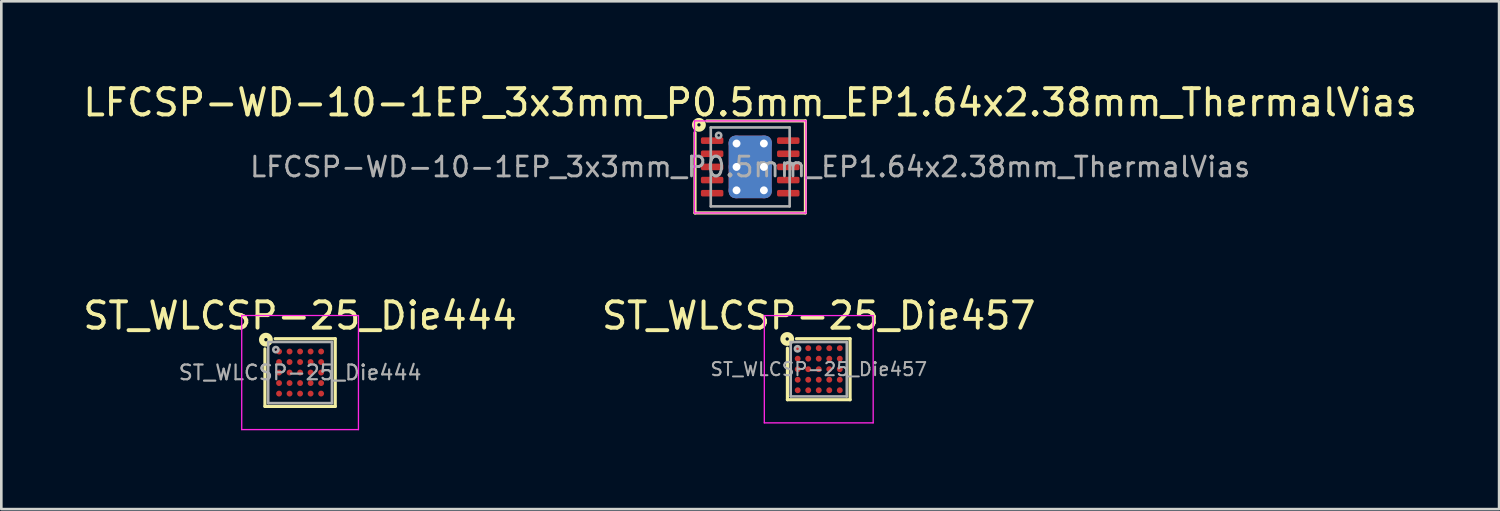
<source format=kicad_pcb>
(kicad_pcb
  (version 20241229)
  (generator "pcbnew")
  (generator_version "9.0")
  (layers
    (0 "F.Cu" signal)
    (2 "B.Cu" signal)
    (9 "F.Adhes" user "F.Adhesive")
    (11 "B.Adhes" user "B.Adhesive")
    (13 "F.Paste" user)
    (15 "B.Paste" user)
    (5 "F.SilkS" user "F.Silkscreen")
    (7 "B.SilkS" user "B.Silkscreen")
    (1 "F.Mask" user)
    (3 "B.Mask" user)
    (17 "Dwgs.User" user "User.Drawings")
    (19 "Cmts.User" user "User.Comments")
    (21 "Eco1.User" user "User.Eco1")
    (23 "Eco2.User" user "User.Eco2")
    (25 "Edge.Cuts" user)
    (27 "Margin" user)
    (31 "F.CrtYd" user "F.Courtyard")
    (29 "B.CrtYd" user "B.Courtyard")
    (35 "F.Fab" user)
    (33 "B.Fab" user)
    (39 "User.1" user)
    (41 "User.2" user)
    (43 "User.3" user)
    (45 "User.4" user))
  (footprint "ST_WLCSP-25_Die457"
    (layer "F.Cu")
    (at 28.089 10.992)
    (property "Reference" "ST_WLCSP-25_Die457" (at 0 -2.035 0) (layer "F.SilkS") (effects (font (size 1 1) (thickness 0.15))))
    (attr smd)
    (fp_line (start -1.192 1.16) (end -1.192 -0.8) (stroke (width 0.12) (type solid)) (layer "F.SilkS"))
    (fp_line (start -0.85 -1.16) (end 1.192 -1.16) (stroke (width 0.12) (type solid)) (layer "F.SilkS"))
    (fp_line (start 1.192 -1.16) (end 1.192 1.16) (stroke (width 0.12) (type solid)) (layer "F.SilkS"))
    (fp_line (start 1.192 1.16) (end -1.192 1.16) (stroke (width 0.12) (type solid)) (layer "F.SilkS"))
    (fp_circle (center -1.2 -1.15) (end -1.137 -1.15) (stroke (width 0.2) (type solid)) (fill no) (layer "F.SilkS"))
    (fp_line (start -2.07 -2.04) (end -2.07 2.04) (stroke (width 0.05) (type solid)) (layer "F.CrtYd"))
    (fp_line (start -2.07 2.04) (end 2.07 2.04) (stroke (width 0.05) (type solid)) (layer "F.CrtYd"))
    (fp_line (start 2.07 -2.04) (end -2.07 -2.04) (stroke (width 0.05) (type solid)) (layer "F.CrtYd"))
    (fp_line (start 2.07 2.04) (end 2.07 -2.04) (stroke (width 0.05) (type solid)) (layer "F.CrtYd"))
    (fp_line (start -1.067 1.035) (end -1.067 -1.03) (stroke (width 0.1) (type solid)) (layer "F.Fab"))
    (fp_line (start -1.06 -1.035) (end 1.067 -1.035) (stroke (width 0.1) (type solid)) (layer "F.Fab"))
    (fp_line (start 1.067 -1.035) (end 1.067 1.035) (stroke (width 0.1) (type solid)) (layer "F.Fab"))
    (fp_line (start 1.067 1.035) (end -1.067 1.035) (stroke (width 0.1) (type solid)) (layer "F.Fab"))
    (fp_circle (center -0.808 -0.776) (end -0.708 -0.776) (stroke (width 0.1) (type solid)) (fill no) (layer "F.Fab"))
    (fp_text user "${REFERENCE}" (at 0 0 0) (layer "F.Fab") (effects (font (size 0.5 0.5) (thickness 0.075))))
    (pad "A1" smd circle (at -0.8 -0.8) (size 0.225 0.225) (layers "F.Cu" "F.Mask" "F.Paste"))
    (pad "A2" smd circle (at -0.4 -0.8) (size 0.225 0.225) (layers "F.Cu" "F.Mask" "F.Paste"))
    (pad "A3" smd circle (at 0 -0.8) (size 0.225 0.225) (layers "F.Cu" "F.Mask" "F.Paste"))
    (pad "A4" smd circle (at 0.4 -0.8) (size 0.225 0.225) (layers "F.Cu" "F.Mask" "F.Paste"))
    (pad "A5" smd circle (at 0.8 -0.8) (size 0.225 0.225) (layers "F.Cu" "F.Mask" "F.Paste"))
    (pad "B1" smd circle (at -0.8 -0.4) (size 0.225 0.225) (layers "F.Cu" "F.Mask" "F.Paste"))
    (pad "B2" smd circle (at -0.4 -0.4) (size 0.225 0.225) (layers "F.Cu" "F.Mask" "F.Paste"))
    (pad "B3" smd circle (at 0 -0.4) (size 0.225 0.225) (layers "F.Cu" "F.Mask" "F.Paste"))
    (pad "B4" smd circle (at 0.4 -0.4) (size 0.225 0.225) (layers "F.Cu" "F.Mask" "F.Paste"))
    (pad "B5" smd circle (at 0.8 -0.4) (size 0.225 0.225) (layers "F.Cu" "F.Mask" "F.Paste"))
    (pad "C1" smd circle (at -0.8 0) (size 0.225 0.225) (layers "F.Cu" "F.Mask" "F.Paste"))
    (pad "C2" smd circle (at -0.4 0) (size 0.225 0.225) (layers "F.Cu" "F.Mask" "F.Paste"))
    (pad "C3" smd circle (at 0 0) (size 0.225 0.225) (layers "F.Cu" "F.Mask" "F.Paste"))
    (pad "C4" smd circle (at 0.4 0) (size 0.225 0.225) (layers "F.Cu" "F.Mask" "F.Paste"))
    (pad "C5" smd circle (at 0.8 0) (size 0.225 0.225) (layers "F.Cu" "F.Mask" "F.Paste"))
    (pad "D1" smd circle (at -0.8 0.4) (size 0.225 0.225) (layers "F.Cu" "F.Mask" "F.Paste"))
    (pad "D2" smd circle (at -0.4 0.4) (size 0.225 0.225) (layers "F.Cu" "F.Mask" "F.Paste"))
    (pad "D3" smd circle (at 0 0.4) (size 0.225 0.225) (layers "F.Cu" "F.Mask" "F.Paste"))
    (pad "D4" smd circle (at 0.4 0.4) (size 0.225 0.225) (layers "F.Cu" "F.Mask" "F.Paste"))
    (pad "D5" smd circle (at 0.8 0.4) (size 0.225 0.225) (layers "F.Cu" "F.Mask" "F.Paste"))
    (pad "E1" smd circle (at -0.8 0.8) (size 0.225 0.225) (layers "F.Cu" "F.Mask" "F.Paste"))
    (pad "E2" smd circle (at -0.4 0.8) (size 0.225 0.225) (layers "F.Cu" "F.Mask" "F.Paste"))
    (pad "E3" smd circle (at 0 0.8) (size 0.225 0.225) (layers "F.Cu" "F.Mask" "F.Paste"))
    (pad "E4" smd circle (at 0.4 0.8) (size 0.225 0.225) (layers "F.Cu" "F.Mask" "F.Paste"))
    (pad "E5" smd circle (at 0.8 0.8) (size 0.225 0.225) (layers "F.Cu" "F.Mask" "F.Paste")))
  (footprint "ST_WLCSP-25_Die444"
    (layer "F.Cu")
    (at 8.363 11.119)
    (property "Reference" "ST_WLCSP-25_Die444" (at 0 -2.163 0) (layer "F.SilkS") (effects (font (size 1 1) (thickness 0.15))))
    (attr smd)
    (fp_line (start -1.337 1.288) (end -1.337 -0.9) (stroke (width 0.12) (type solid)) (layer "F.SilkS"))
    (fp_line (start -0.95 -1.288) (end 1.337 -1.288) (stroke (width 0.12) (type solid)) (layer "F.SilkS"))
    (fp_line (start 1.337 -1.288) (end 1.337 1.288) (stroke (width 0.12) (type solid)) (layer "F.SilkS"))
    (fp_line (start 1.337 1.288) (end -1.337 1.288) (stroke (width 0.12) (type solid)) (layer "F.SilkS"))
    (fp_circle (center -1.3 -1.25) (end -1.236 -1.25) (stroke (width 0.2) (type solid)) (fill no) (layer "F.SilkS"))
    (fp_line (start -2.22 -2.17) (end -2.22 2.17) (stroke (width 0.05) (type solid)) (layer "F.CrtYd"))
    (fp_line (start -2.22 2.17) (end 2.22 2.17) (stroke (width 0.05) (type solid)) (layer "F.CrtYd"))
    (fp_line (start 2.22 -2.17) (end -2.22 -2.17) (stroke (width 0.05) (type solid)) (layer "F.CrtYd"))
    (fp_line (start 2.22 2.17) (end 2.22 -2.17) (stroke (width 0.05) (type solid)) (layer "F.CrtYd"))
    (fp_line (start -1.212 1.163) (end -1.212 -1.15) (stroke (width 0.1) (type solid)) (layer "F.Fab"))
    (fp_line (start -1.21 -1.163) (end 1.212 -1.163) (stroke (width 0.1) (type solid)) (layer "F.Fab"))
    (fp_line (start 1.212 -1.163) (end 1.212 1.163) (stroke (width 0.1) (type solid)) (layer "F.Fab"))
    (fp_line (start 1.212 1.163) (end -1.212 1.163) (stroke (width 0.1) (type solid)) (layer "F.Fab"))
    (fp_circle (center -0.921 -0.872) (end -0.821 -0.872) (stroke (width 0.1) (type solid)) (fill no) (layer "F.Fab"))
    (fp_text user "${REFERENCE}" (at 0 0 0) (layer "F.Fab") (effects (font (size 0.56 0.56) (thickness 0.084))))
    (pad "A1" smd circle (at -0.8 -0.8) (size 0.225 0.225) (layers "F.Cu" "F.Mask" "F.Paste"))
    (pad "A2" smd circle (at -0.4 -0.8) (size 0.225 0.225) (layers "F.Cu" "F.Mask" "F.Paste"))
    (pad "A3" smd circle (at 0 -0.8) (size 0.225 0.225) (layers "F.Cu" "F.Mask" "F.Paste"))
    (pad "A4" smd circle (at 0.4 -0.8) (size 0.225 0.225) (layers "F.Cu" "F.Mask" "F.Paste"))
    (pad "A5" smd circle (at 0.8 -0.8) (size 0.225 0.225) (layers "F.Cu" "F.Mask" "F.Paste"))
    (pad "B1" smd circle (at -0.8 -0.4) (size 0.225 0.225) (layers "F.Cu" "F.Mask" "F.Paste"))
    (pad "B2" smd circle (at -0.4 -0.4) (size 0.225 0.225) (layers "F.Cu" "F.Mask" "F.Paste"))
    (pad "B3" smd circle (at 0 -0.4) (size 0.225 0.225) (layers "F.Cu" "F.Mask" "F.Paste"))
    (pad "B4" smd circle (at 0.4 -0.4) (size 0.225 0.225) (layers "F.Cu" "F.Mask" "F.Paste"))
    (pad "B5" smd circle (at 0.8 -0.4) (size 0.225 0.225) (layers "F.Cu" "F.Mask" "F.Paste"))
    (pad "C1" smd circle (at -0.8 0) (size 0.225 0.225) (layers "F.Cu" "F.Mask" "F.Paste"))
    (pad "C2" smd circle (at -0.4 0) (size 0.225 0.225) (layers "F.Cu" "F.Mask" "F.Paste"))
    (pad "C3" smd circle (at 0 0) (size 0.225 0.225) (layers "F.Cu" "F.Mask" "F.Paste"))
    (pad "C4" smd circle (at 0.4 0) (size 0.225 0.225) (layers "F.Cu" "F.Mask" "F.Paste"))
    (pad "C5" smd circle (at 0.8 0) (size 0.225 0.225) (layers "F.Cu" "F.Mask" "F.Paste"))
    (pad "D1" smd circle (at -0.8 0.4) (size 0.225 0.225) (layers "F.Cu" "F.Mask" "F.Paste"))
    (pad "D2" smd circle (at -0.4 0.4) (size 0.225 0.225) (layers "F.Cu" "F.Mask" "F.Paste"))
    (pad "D3" smd circle (at 0 0.4) (size 0.225 0.225) (layers "F.Cu" "F.Mask" "F.Paste"))
    (pad "D4" smd circle (at 0.4 0.4) (size 0.225 0.225) (layers "F.Cu" "F.Mask" "F.Paste"))
    (pad "D5" smd circle (at 0.8 0.4) (size 0.225 0.225) (layers "F.Cu" "F.Mask" "F.Paste"))
    (pad "E1" smd circle (at -0.8 0.8) (size 0.225 0.225) (layers "F.Cu" "F.Mask" "F.Paste"))
    (pad "E2" smd circle (at -0.4 0.8) (size 0.225 0.225) (layers "F.Cu" "F.Mask" "F.Paste"))
    (pad "E3" smd circle (at 0 0.8) (size 0.225 0.225) (layers "F.Cu" "F.Mask" "F.Paste"))
    (pad "E4" smd circle (at 0.4 0.8) (size 0.225 0.225) (layers "F.Cu" "F.Mask" "F.Paste"))
    (pad "E5" smd circle (at 0.8 0.8) (size 0.225 0.225) (layers "F.Cu" "F.Mask" "F.Paste")))
  (footprint "LFCSP-WD-10-1EP_3x3mm_P0.5mm_EP1.64x2.38mm_ThermalVias"
    (layer "F.Cu")
    (at 25.482 3.298)
    (property "Reference" "LFCSP-WD-10-1EP_3x3mm_P0.5mm_EP1.64x2.38mm_ThermalVias" (at 0 -2.45 0) (layer "F.SilkS") (effects (font (size 1 1) (thickness 0.15))))
    (attr smd)
    (fp_line (start -2.1 1.75) (end -2.1 -1.3) (stroke (width 0.12) (type solid)) (layer "F.SilkS"))
    (fp_line (start 2.1 -1.75) (end -1.65 -1.75) (stroke (width 0.12) (type solid)) (layer "F.SilkS"))
    (fp_line (start 2.1 -1.75) (end 2.1 1.75) (stroke (width 0.12) (type solid)) (layer "F.SilkS"))
    (fp_line (start 2.1 1.75) (end -2.1 1.75) (stroke (width 0.12) (type solid)) (layer "F.SilkS"))
    (fp_circle (center -1.95 -1.6) (end -1.887 -1.6) (stroke (width 0.2) (type solid)) (fill no) (layer "F.SilkS"))
    (fp_line (start -2.12 -1.75) (end -2.12 1.75) (stroke (width 0.05) (type solid)) (layer "F.CrtYd"))
    (fp_line (start -2.12 1.75) (end 2.12 1.75) (stroke (width 0.05) (type solid)) (layer "F.CrtYd"))
    (fp_line (start 2.12 -1.75) (end -2.12 -1.75) (stroke (width 0.05) (type solid)) (layer "F.CrtYd"))
    (fp_line (start 2.12 1.75) (end 2.12 -1.75) (stroke (width 0.05) (type solid)) (layer "F.CrtYd"))
    (fp_line (start -1.5 -1.5) (end 1.5 -1.5) (stroke (width 0.1) (type solid)) (layer "F.Fab"))
    (fp_line (start -1.5 1.5) (end -1.5 -1.5) (stroke (width 0.1) (type solid)) (layer "F.Fab"))
    (fp_line (start 1.5 -1.5) (end 1.5 1.5) (stroke (width 0.1) (type solid)) (layer "F.Fab"))
    (fp_line (start 1.5 1.5) (end -1.5 1.5) (stroke (width 0.1) (type solid)) (layer "F.Fab"))
    (fp_circle (center -1.2 -1.2) (end -1.1 -1.2) (stroke (width 0.1) (type solid)) (fill no) (layer "F.Fab"))
    (fp_text user "${REFERENCE}" (at 0 0 0) (layer "F.Fab") (effects (font (size 0.75 0.75) (thickness 0.11))))
    (pad "" smd roundrect (at -0.41 -0.79) (size 0.71 0.69) (layers "F.Paste") (roundrect_rratio 0.25))
    (pad "" smd roundrect (at -0.41 0) (size 0.71 0.69) (layers "F.Paste") (roundrect_rratio 0.25))
    (pad "" smd roundrect (at -0.41 0.79) (size 0.71 0.69) (layers "F.Paste") (roundrect_rratio 0.25))
    (pad "" smd roundrect (at 0.41 -0.79) (size 0.71 0.69) (layers "F.Paste") (roundrect_rratio 0.25))
    (pad "" smd roundrect (at 0.41 0) (size 0.71 0.69) (layers "F.Paste") (roundrect_rratio 0.25))
    (pad "" smd roundrect (at 0.41 0.79) (size 0.71 0.69) (layers "F.Paste") (roundrect_rratio 0.25))
    (pad "1" smd roundrect (at -1.448 -1) (size 0.855 0.25) (layers "F.Cu" "F.Mask" "F.Paste") (roundrect_rratio 0.25))
    (pad "2" smd roundrect (at -1.448 -0.5) (size 0.855 0.25) (layers "F.Cu" "F.Mask" "F.Paste") (roundrect_rratio 0.25))
    (pad "3" smd roundrect (at -1.448 0) (size 0.855 0.25) (layers "F.Cu" "F.Mask" "F.Paste") (roundrect_rratio 0.25))
    (pad "4" smd roundrect (at -1.448 0.5) (size 0.855 0.25) (layers "F.Cu" "F.Mask" "F.Paste") (roundrect_rratio 0.25))
    (pad "5" smd roundrect (at -1.448 1) (size 0.855 0.25) (layers "F.Cu" "F.Mask" "F.Paste") (roundrect_rratio 0.25))
    (pad "6" smd roundrect (at 1.448 1) (size 0.855 0.25) (layers "F.Cu" "F.Mask" "F.Paste") (roundrect_rratio 0.25))
    (pad "7" smd roundrect (at 1.448 0.5) (size 0.855 0.25) (layers "F.Cu" "F.Mask" "F.Paste") (roundrect_rratio 0.25))
    (pad "8" smd roundrect (at 1.448 0) (size 0.855 0.25) (layers "F.Cu" "F.Mask" "F.Paste") (roundrect_rratio 0.25))
    (pad "9" smd roundrect (at 1.448 -0.5) (size 0.855 0.25) (layers "F.Cu" "F.Mask" "F.Paste") (roundrect_rratio 0.25))
    (pad "10" smd roundrect (at 1.448 -1) (size 0.855 0.25) (layers "F.Cu" "F.Mask" "F.Paste") (roundrect_rratio 0.25))
    (pad "11" thru_hole circle (at -0.52 -0.89) (size 0.6 0.6) (drill 0.3) (layers "*.Cu"))
    (pad "11" thru_hole circle (at -0.52 0) (size 0.6 0.6) (drill 0.3) (layers "*.Cu"))
    (pad "11" thru_hole circle (at -0.52 0.89) (size 0.6 0.6) (drill 0.3) (layers "*.Cu"))
    (pad "11" smd roundrect (at 0 0) (size 1.64 2.38) (layers "F.Cu" "F.Mask") (roundrect_rratio 0.152))
    (pad "11" smd roundrect (at 0 0) (size 1.64 2.38) (layers "B.Cu" "B.Mask") (roundrect_rratio 0.152))
    (pad "11" thru_hole circle (at 0.52 -0.89) (size 0.6 0.6) (drill 0.3) (layers "*.Cu"))
    (pad "11" thru_hole circle (at 0.52 0) (size 0.6 0.6) (drill 0.3) (layers "*.Cu"))
    (pad "11" thru_hole circle (at 0.52 0.89) (size 0.6 0.6) (drill 0.3) (layers "*.Cu")))
  (gr_rect
    (start -3 -3)
    (end 53.964 16.314)
    (stroke (width 0.1) (type default))
    (fill no)
    (layer "Edge.Cuts")))
</source>
